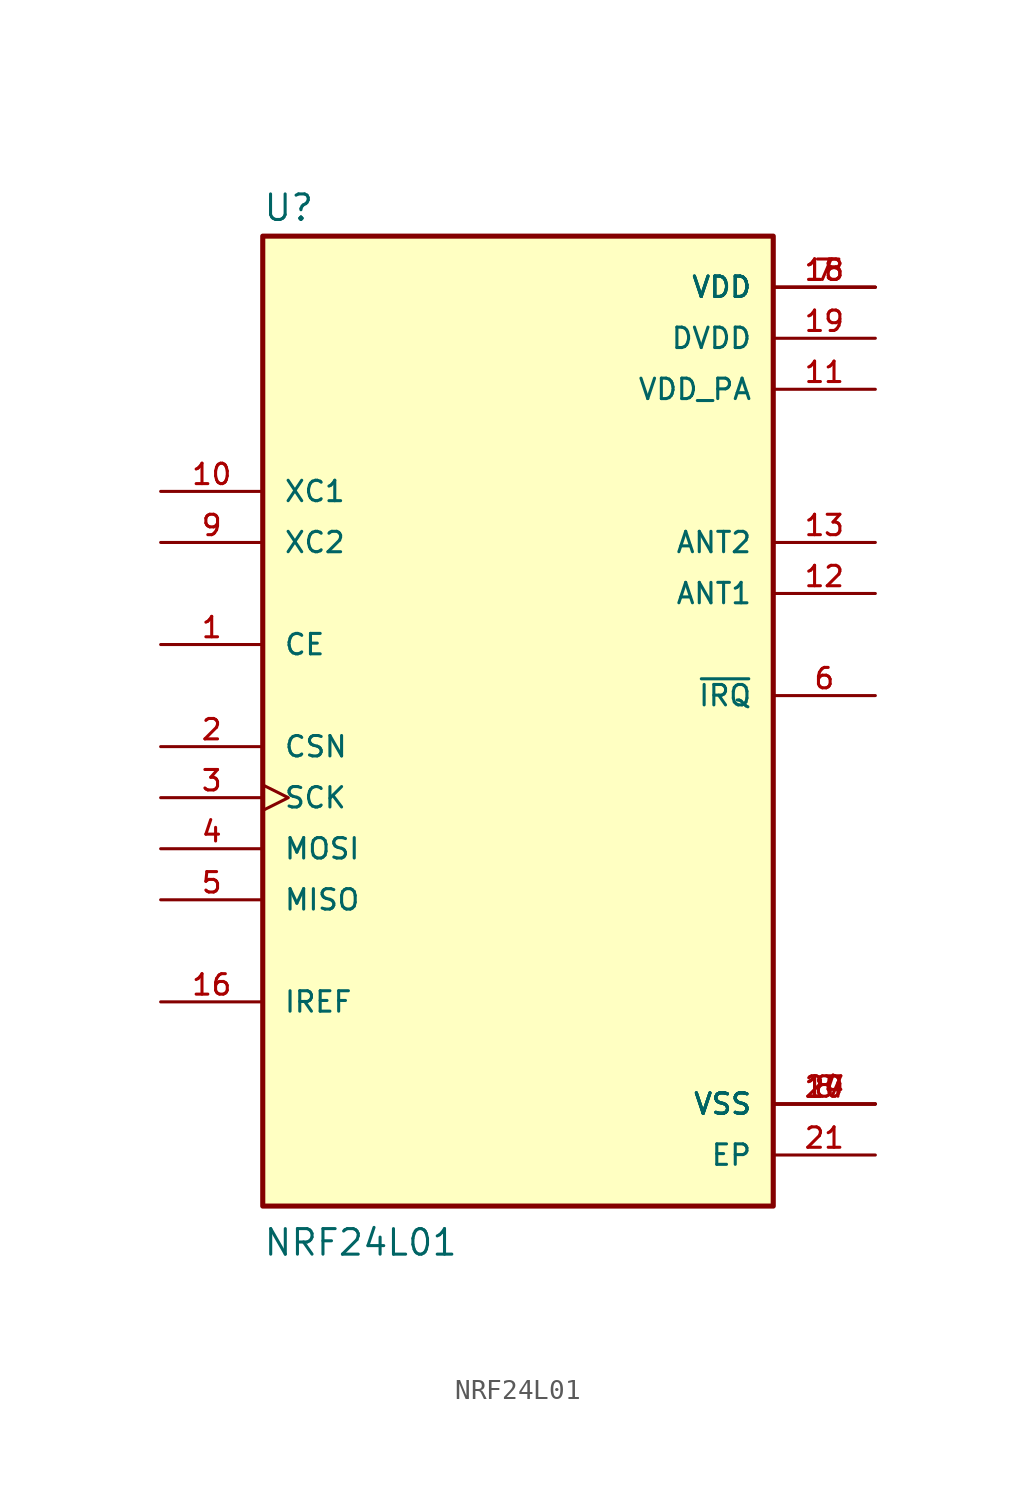
<source format=kicad_sym>
(kicad_symbol_lib
  (version 20211014)
  (generator kicad_symbol_editor)
  (symbol "NRF24L01"
    (pin_names
      (offset 1.016))
    (property "Reference" "U"
      (at -12.715 26.067 0)
      (effects (font (size 1.27 1.27)) (justify bottom left)))
    (property "Value" "NRF24L01"
      (at -12.707 -25.415 0)
      (effects (font (size 1.27 1.27)) (justify bottom left)))
    (symbol "NRF24L01_0_0"
      (rectangle (start -12.7 -22.86) (end 12.7 25.4) (stroke (width 0.254)) (fill (type background)))
      (pin power_in line (at 17.78 22.86 180.0) (length 5.08) (name "VDD" (effects (font (size 1.016 1.016)))) (number "7" (effects (font (size 1.016 1.016)))))
      (pin power_in line (at 17.78 22.86 180.0) (length 5.08) (name "VDD" (effects (font (size 1.016 1.016)))) (number "15" (effects (font (size 1.016 1.016)))))
      (pin power_in line (at 17.78 22.86 180.0) (length 5.08) (name "VDD" (effects (font (size 1.016 1.016)))) (number "18" (effects (font (size 1.016 1.016)))))
      (pin input line (at -17.78 5.08 0) (length 5.08) (name "CE" (effects (font (size 1.016 1.016)))) (number "1" (effects (font (size 1.016 1.016)))))
      (pin input line (at -17.78 -5.08 0) (length 5.08) (name "MOSI" (effects (font (size 1.016 1.016)))) (number "4" (effects (font (size 1.016 1.016)))))
      (pin output line (at -17.78 -7.62 0) (length 5.08) (name "MISO" (effects (font (size 1.016 1.016)))) (number "5" (effects (font (size 1.016 1.016)))))
      (pin input clock (at -17.78 -2.54 0) (length 5.08) (name "SCK" (effects (font (size 1.016 1.016)))) (number "3" (effects (font (size 1.016 1.016)))))
      (pin output line (at 17.78 2.54 180.0) (length 5.08) (name "~{IRQ}" (effects (font (size 1.016 1.016)))) (number "6" (effects (font (size 1.016 1.016)))))
      (pin power_in line (at 17.78 20.32 180.0) (length 5.08) (name "DVDD" (effects (font (size 1.016 1.016)))) (number "19" (effects (font (size 1.016 1.016)))))
      (pin output line (at -17.78 10.16 0) (length 5.08) (name "XC2" (effects (font (size 1.016 1.016)))) (number "9" (effects (font (size 1.016 1.016)))))
      (pin input line (at -17.78 12.7 0) (length 5.08) (name "XC1" (effects (font (size 1.016 1.016)))) (number "10" (effects (font (size 1.016 1.016)))))
      (pin power_in line (at 17.78 17.78 180.0) (length 5.08) (name "VDD_PA" (effects (font (size 1.016 1.016)))) (number "11" (effects (font (size 1.016 1.016)))))
      (pin bidirectional line (at 17.78 7.62 180.0) (length 5.08) (name "ANT1" (effects (font (size 1.016 1.016)))) (number "12" (effects (font (size 1.016 1.016)))))
      (pin bidirectional line (at 17.78 10.16 180.0) (length 5.08) (name "ANT2" (effects (font (size 1.016 1.016)))) (number "13" (effects (font (size 1.016 1.016)))))
      (pin input line (at -17.78 -12.7 0) (length 5.08) (name "IREF" (effects (font (size 1.016 1.016)))) (number "16" (effects (font (size 1.016 1.016)))))
      (pin input line (at -17.78 0.0 0) (length 5.08) (name "CSN" (effects (font (size 1.016 1.016)))) (number "2" (effects (font (size 1.016 1.016)))))
      (pin power_in line (at 17.78 -17.78 180.0) (length 5.08) (name "VSS" (effects (font (size 1.016 1.016)))) (number "8" (effects (font (size 1.016 1.016)))))
      (pin power_in line (at 17.78 -17.78 180.0) (length 5.08) (name "VSS" (effects (font (size 1.016 1.016)))) (number "14" (effects (font (size 1.016 1.016)))))
      (pin power_in line (at 17.78 -17.78 180.0) (length 5.08) (name "VSS" (effects (font (size 1.016 1.016)))) (number "17" (effects (font (size 1.016 1.016)))))
      (pin power_in line (at 17.78 -17.78 180.0) (length 5.08) (name "VSS" (effects (font (size 1.016 1.016)))) (number "20" (effects (font (size 1.016 1.016)))))
      (pin power_in line (at 17.78 -20.32 180.0) (length 5.08) (name "EP" (effects (font (size 1.016 1.016)))) (number "21" (effects (font (size 1.016 1.016))))))))
</source>
